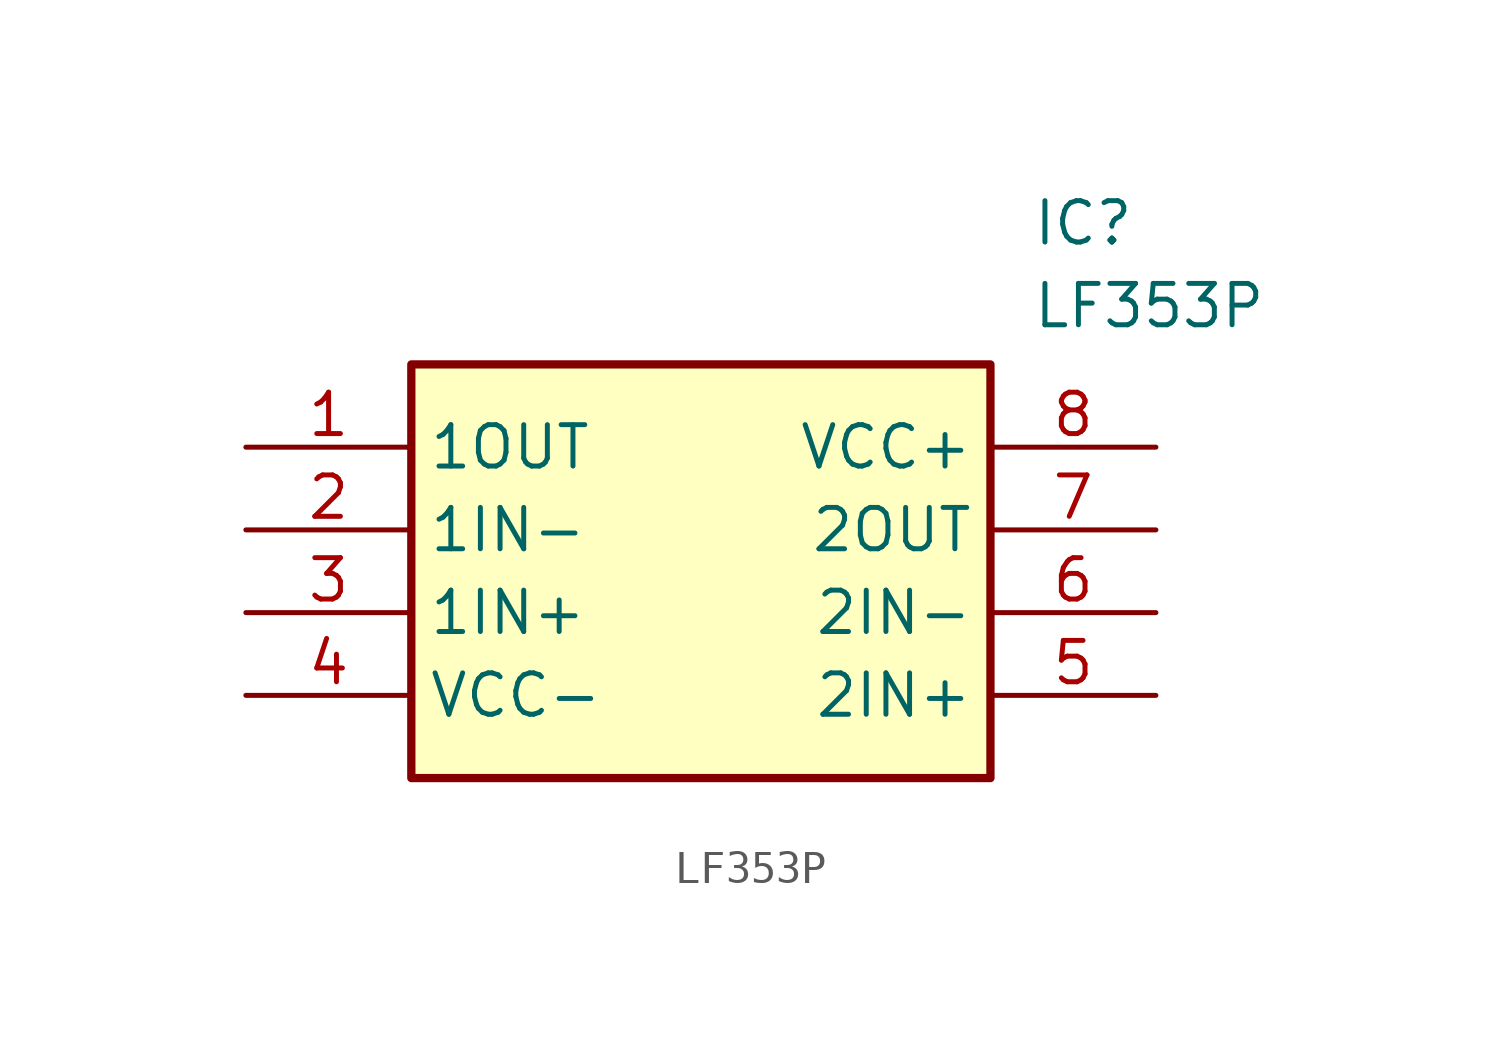
<source format=kicad_sym>
(kicad_symbol_lib
  (version 20211014)
  (generator SamacSys_ECAD_Model)
  (symbol "LF353P"
    (property "Reference" "IC"
      (at 24.13 7.62 0)
      (effects (font (size 1.27 1.27)) (justify left top)))
    (property "Value" "LF353P"
      (at 24.13 5.08 0)
      (effects (font (size 1.27 1.27)) (justify left top)))
    (rectangle
      (start 5.08 2.54)
      (end 22.86 -10.16)
      (stroke (width 0.254) (type default))
      (fill (type background)))
    (pin passive line
      (at 0 0 0)
      (length 5.08)
      (name "1OUT" (effects (font (size 1.27 1.27))))
      (number "1" (effects (font (size 1.27 1.27)))))
    (pin passive line
      (at 0 -2.54 0)
      (length 5.08)
      (name "1IN-" (effects (font (size 1.27 1.27))))
      (number "2" (effects (font (size 1.27 1.27)))))
    (pin passive line
      (at 0 -5.08 0)
      (length 5.08)
      (name "1IN+" (effects (font (size 1.27 1.27))))
      (number "3" (effects (font (size 1.27 1.27)))))
    (pin passive line
      (at 0 -7.62 0)
      (length 5.08)
      (name "VCC-" (effects (font (size 1.27 1.27))))
      (number "4" (effects (font (size 1.27 1.27)))))
    (pin passive line
      (at 27.94 0 180)
      (length 5.08)
      (name "VCC+" (effects (font (size 1.27 1.27))))
      (number "8" (effects (font (size 1.27 1.27)))))
    (pin passive line
      (at 27.94 -2.54 180)
      (length 5.08)
      (name "2OUT" (effects (font (size 1.27 1.27))))
      (number "7" (effects (font (size 1.27 1.27)))))
    (pin passive line
      (at 27.94 -5.08 180)
      (length 5.08)
      (name "2IN-" (effects (font (size 1.27 1.27))))
      (number "6" (effects (font (size 1.27 1.27)))))
    (pin passive line
      (at 27.94 -7.62 180)
      (length 5.08)
      (name "2IN+" (effects (font (size 1.27 1.27))))
      (number "5" (effects (font (size 1.27 1.27)))))))
</source>
